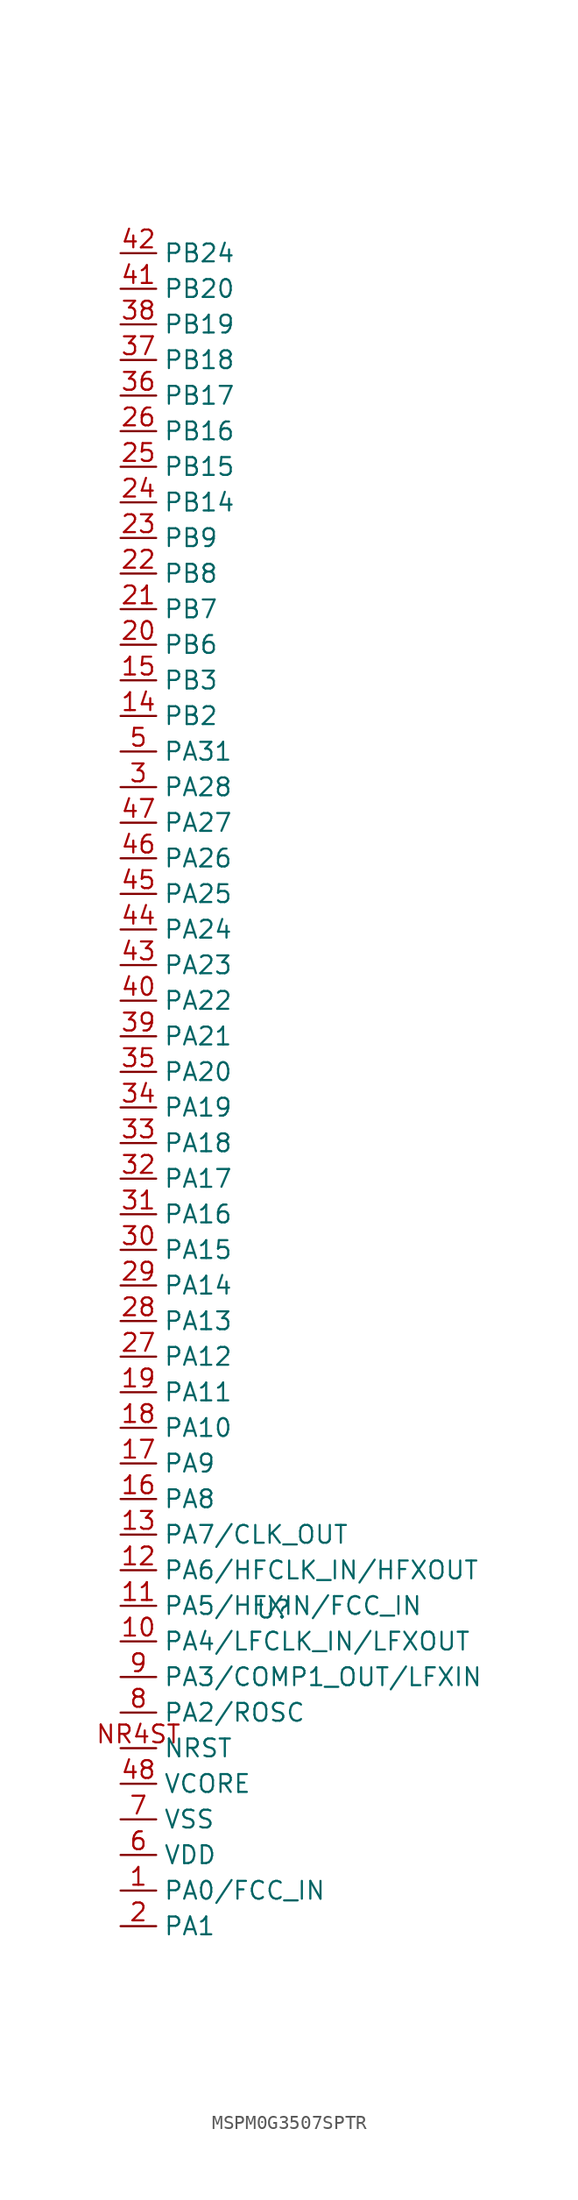
<source format=kicad_sym>
(kicad_symbol_lib
  (version 20241209)
  (generator "kicad_symbol_editor")
  (generator_version "9.0")
  (symbol "MSPM0G3507SPTR"
    (property "Reference" "U"
      (at 3.302 17.526 0)
      (effects (font (size 1.27 1.27))))
    (property "Value" ""
      (at 0 0 0)
      (effects (font (size 1.27 1.27))))
    (symbol "MSPM0G3507SPTR_0_0"
      (pin passive line (at -7.62 114.3 0) (length 2.54) (name "PB24" (effects (font (size 1.27 1.27)))) (number "42" (effects (font (size 1.27 1.27)))))
      (pin passive line (at -7.62 111.76 0) (length 2.54) (name "PB20" (effects (font (size 1.27 1.27)))) (number "41" (effects (font (size 1.27 1.27)))))
      (pin passive line (at -7.62 109.22 0) (length 2.54) (name "PB19" (effects (font (size 1.27 1.27)))) (number "38" (effects (font (size 1.27 1.27)))))
      (pin passive line (at -7.62 106.68 0) (length 2.54) (name "PB18" (effects (font (size 1.27 1.27)))) (number "37" (effects (font (size 1.27 1.27)))))
      (pin passive line (at -7.62 104.14 0) (length 2.54) (name "PB17" (effects (font (size 1.27 1.27)))) (number "36" (effects (font (size 1.27 1.27)))))
      (pin passive line (at -7.62 101.6 0) (length 2.54) (name "PB16" (effects (font (size 1.27 1.27)))) (number "26" (effects (font (size 1.27 1.27)))))
      (pin passive line (at -7.62 99.06 0) (length 2.54) (name "PB15" (effects (font (size 1.27 1.27)))) (number "25" (effects (font (size 1.27 1.27)))))
      (pin passive line (at -7.62 96.52 0) (length 2.54) (name "PB14" (effects (font (size 1.27 1.27)))) (number "24" (effects (font (size 1.27 1.27)))))
      (pin passive line (at -7.62 93.98 0) (length 2.54) (name "PB9" (effects (font (size 1.27 1.27)))) (number "23" (effects (font (size 1.27 1.27)))))
      (pin passive line (at -7.62 91.44 0) (length 2.54) (name "PB8" (effects (font (size 1.27 1.27)))) (number "22" (effects (font (size 1.27 1.27)))))
      (pin passive line (at -7.62 88.9 0) (length 2.54) (name "PB7" (effects (font (size 1.27 1.27)))) (number "21" (effects (font (size 1.27 1.27)))))
      (pin passive line (at -7.62 86.36 0) (length 2.54) (name "PB6" (effects (font (size 1.27 1.27)))) (number "20" (effects (font (size 1.27 1.27)))))
      (pin passive line (at -7.62 83.82 0) (length 2.54) (name "PB3" (effects (font (size 1.27 1.27)))) (number "15" (effects (font (size 1.27 1.27)))))
      (pin passive line (at -7.62 81.28 0) (length 2.54) (name "PB2" (effects (font (size 1.27 1.27)))) (number "14" (effects (font (size 1.27 1.27)))))
      (pin passive line (at -7.62 78.74 0) (length 2.54) (name "PA31" (effects (font (size 1.27 1.27)))) (number "5" (effects (font (size 1.27 1.27)))))
      (pin passive line (at -7.62 76.2 0) (length 2.54) (name "PA28" (effects (font (size 1.27 1.27)))) (number "3" (effects (font (size 1.27 1.27)))))
      (pin passive line (at -7.62 73.66 0) (length 2.54) (name "PA27" (effects (font (size 1.27 1.27)))) (number "47" (effects (font (size 1.27 1.27)))))
      (pin passive line (at -7.62 71.12 0) (length 2.54) (name "PA26" (effects (font (size 1.27 1.27)))) (number "46" (effects (font (size 1.27 1.27)))))
      (pin passive line (at -7.62 68.58 0) (length 2.54) (name "PA25" (effects (font (size 1.27 1.27)))) (number "45" (effects (font (size 1.27 1.27)))))
      (pin passive line (at -7.62 66.04 0) (length 2.54) (name "PA24" (effects (font (size 1.27 1.27)))) (number "44" (effects (font (size 1.27 1.27)))))
      (pin passive line (at -7.62 63.5 0) (length 2.54) (name "PA23" (effects (font (size 1.27 1.27)))) (number "43" (effects (font (size 1.27 1.27)))))
      (pin passive line (at -7.62 60.96 0) (length 2.54) (name "PA22" (effects (font (size 1.27 1.27)))) (number "40" (effects (font (size 1.27 1.27)))))
      (pin passive line (at -7.62 58.42 0) (length 2.54) (name "PA21" (effects (font (size 1.27 1.27)))) (number "39" (effects (font (size 1.27 1.27)))))
      (pin passive line (at -7.62 55.88 0) (length 2.54) (name "PA20" (effects (font (size 1.27 1.27)))) (number "35" (effects (font (size 1.27 1.27)))))
      (pin passive line (at -7.62 53.34 0) (length 2.54) (name "PA19" (effects (font (size 1.27 1.27)))) (number "34" (effects (font (size 1.27 1.27)))))
      (pin passive line (at -7.62 50.8 0) (length 2.54) (name "PA18" (effects (font (size 1.27 1.27)))) (number "33" (effects (font (size 1.27 1.27)))))
      (pin passive line (at -7.62 48.26 0) (length 2.54) (name "PA17" (effects (font (size 1.27 1.27)))) (number "32" (effects (font (size 1.27 1.27)))))
      (pin passive line (at -7.62 45.72 0) (length 2.54) (name "PA16" (effects (font (size 1.27 1.27)))) (number "31" (effects (font (size 1.27 1.27)))))
      (pin passive line (at -7.62 43.18 0) (length 2.54) (name "PA15" (effects (font (size 1.27 1.27)))) (number "30" (effects (font (size 1.27 1.27)))))
      (pin passive line (at -7.62 40.64 0) (length 2.54) (name "PA14" (effects (font (size 1.27 1.27)))) (number "29" (effects (font (size 1.27 1.27)))))
      (pin passive line (at -7.62 38.1 0) (length 2.54) (name "PA13" (effects (font (size 1.27 1.27)))) (number "28" (effects (font (size 1.27 1.27)))))
      (pin passive line (at -7.62 35.56 0) (length 2.54) (name "PA12" (effects (font (size 1.27 1.27)))) (number "27" (effects (font (size 1.27 1.27)))))
      (pin passive line (at -7.62 33.02 0) (length 2.54) (name "PA11" (effects (font (size 1.27 1.27)))) (number "19" (effects (font (size 1.27 1.27)))))
      (pin passive line (at -7.62 30.48 0) (length 2.54) (name "PA10" (effects (font (size 1.27 1.27)))) (number "18" (effects (font (size 1.27 1.27)))))
      (pin passive line (at -7.62 27.94 0) (length 2.54) (name "PA9" (effects (font (size 1.27 1.27)))) (number "17" (effects (font (size 1.27 1.27)))))
      (pin passive line (at -7.62 25.4 0) (length 2.54) (name "PA8" (effects (font (size 1.27 1.27)))) (number "16" (effects (font (size 1.27 1.27)))))
      (pin passive line (at -7.62 22.86 0) (length 2.54) (name "PA7/CLK_OUT" (effects (font (size 1.27 1.27)))) (number "13" (effects (font (size 1.27 1.27)))))
      (pin passive line (at -7.62 20.32 0) (length 2.54) (name "PA6/HFCLK_IN/HFXOUT" (effects (font (size 1.27 1.27)))) (number "12" (effects (font (size 1.27 1.27)))))
      (pin passive line (at -7.62 17.78 0) (length 2.54) (name "PA5/HFXIN/FCC_IN" (effects (font (size 1.27 1.27)))) (number "11" (effects (font (size 1.27 1.27)))))
      (pin passive line (at -7.62 15.24 0) (length 2.54) (name "PA4/LFCLK_IN/LFXOUT" (effects (font (size 1.27 1.27)))) (number "10" (effects (font (size 1.27 1.27)))))
      (pin passive line (at -7.62 12.7 0) (length 2.54) (name "PA3/COMP1_OUT/LFXIN" (effects (font (size 1.27 1.27)))) (number "9" (effects (font (size 1.27 1.27)))))
      (pin passive line (at -7.62 10.16 0) (length 2.54) (name "PA2/ROSC" (effects (font (size 1.27 1.27)))) (number "8" (effects (font (size 1.27 1.27)))))
      (pin passive line (at -7.62 7.62 0) (length 2.54) (name "NRST" (effects (font (size 1.27 1.27)))) (number "NR4ST" (effects (font (size 1.27 1.27)))))
      (pin passive line (at -7.62 5.08 0) (length 2.54) (name "VCORE" (effects (font (size 1.27 1.27)))) (number "48" (effects (font (size 1.27 1.27)))))
      (pin passive line (at -7.62 2.54 0) (length 2.54) (name "VSS" (effects (font (size 1.27 1.27)))) (number "7" (effects (font (size 1.27 1.27)))))
      (pin passive line (at -7.62 0 0) (length 2.54) (name "VDD" (effects (font (size 1.27 1.27)))) (number "6" (effects (font (size 1.27 1.27)))))
      (pin passive line (at -7.62 -2.54 0) (length 2.54) (name "PA0/FCC_IN" (effects (font (size 1.27 1.27)))) (number "1" (effects (font (size 1.27 1.27)))))
      (pin passive line (at -7.62 -5.08 0) (length 2.54) (name "PA1" (effects (font (size 1.27 1.27)))) (number "2" (effects (font (size 1.27 1.27))))))))
</source>
